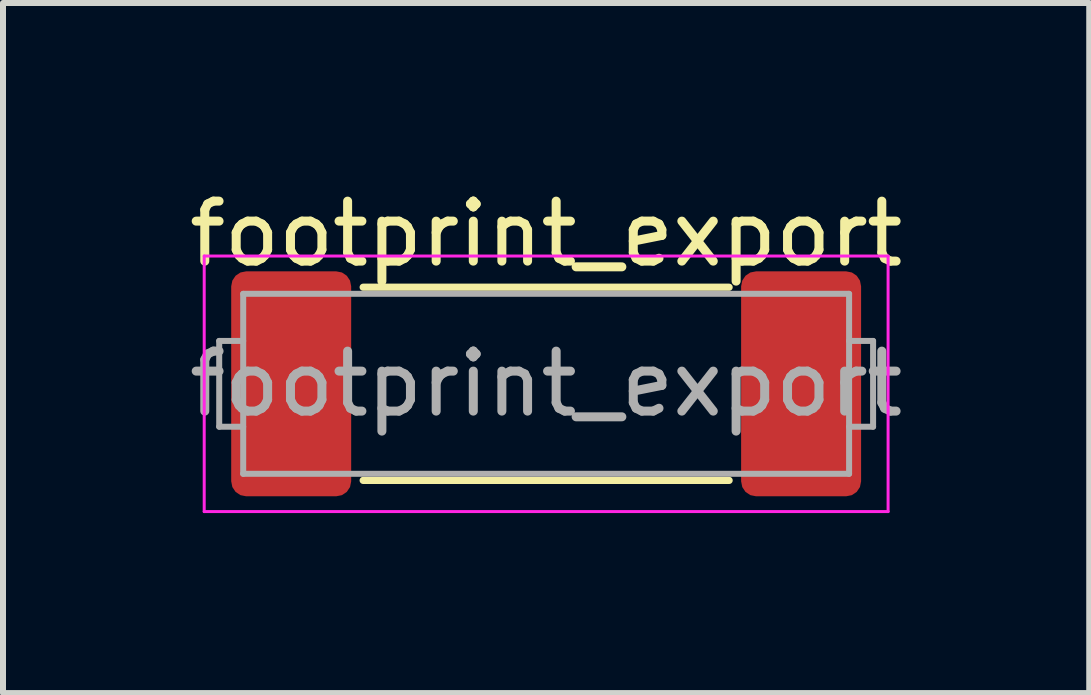
<source format=kicad_pcb>
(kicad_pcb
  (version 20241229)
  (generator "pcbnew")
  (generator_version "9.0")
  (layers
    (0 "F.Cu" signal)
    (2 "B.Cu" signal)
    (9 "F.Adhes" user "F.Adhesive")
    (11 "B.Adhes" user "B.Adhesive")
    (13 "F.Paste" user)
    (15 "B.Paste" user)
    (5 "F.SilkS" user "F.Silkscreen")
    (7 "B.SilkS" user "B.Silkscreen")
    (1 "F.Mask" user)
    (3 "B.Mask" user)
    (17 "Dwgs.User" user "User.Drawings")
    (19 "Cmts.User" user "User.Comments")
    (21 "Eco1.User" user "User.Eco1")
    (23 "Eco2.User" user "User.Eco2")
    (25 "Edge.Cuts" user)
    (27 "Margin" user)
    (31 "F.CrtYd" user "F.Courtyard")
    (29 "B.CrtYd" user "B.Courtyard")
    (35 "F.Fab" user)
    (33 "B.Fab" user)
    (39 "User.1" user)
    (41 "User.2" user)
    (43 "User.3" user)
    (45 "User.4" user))
  (footprint "footprint_export"
    (layer "F.Cu")
    (at 6.054 3.348)
    (property "Reference" "footprint_export" (at 0 -2.5 0) (layer "F.SilkS") (effects (font (size 1 1) (thickness 0.15))))
    (attr smd)
    (fp_line (start -3.05 -1.61) (end 3.05 -1.61) (stroke (width 0.12) (type solid)) (layer "F.SilkS"))
    (fp_line (start -3.05 1.61) (end 3.05 1.61) (stroke (width 0.12) (type solid)) (layer "F.SilkS"))
    (fp_line (start -5.7 -2.13) (end 5.7 -2.13) (stroke (width 0.05) (type solid)) (layer "F.CrtYd"))
    (fp_line (start -5.7 2.13) (end -5.7 -2.13) (stroke (width 0.05) (type solid)) (layer "F.CrtYd"))
    (fp_line (start 5.7 -2.13) (end 5.7 2.13) (stroke (width 0.05) (type solid)) (layer "F.CrtYd"))
    (fp_line (start 5.7 2.13) (end -5.7 2.13) (stroke (width 0.05) (type solid)) (layer "F.CrtYd"))
    (fp_line (start -5.45 0.715) (end -5.45 -0.715) (stroke (width 0.1) (type solid)) (layer "F.Fab"))
    (fp_line (start -5.05 -1.5) (end 5.05 -1.5) (stroke (width 0.1) (type solid)) (layer "F.Fab"))
    (fp_line (start -5.05 -0.715) (end -5.45 -0.715) (stroke (width 0.1) (type solid)) (layer "F.Fab"))
    (fp_line (start -5.05 0.715) (end -5.45 0.715) (stroke (width 0.1) (type solid)) (layer "F.Fab"))
    (fp_line (start -5.05 1.5) (end -5.05 -1.5) (stroke (width 0.1) (type solid)) (layer "F.Fab"))
    (fp_line (start 5.05 -1.5) (end 5.05 1.5) (stroke (width 0.1) (type solid)) (layer "F.Fab"))
    (fp_line (start 5.05 -0.715) (end 5.45 -0.715) (stroke (width 0.1) (type solid)) (layer "F.Fab"))
    (fp_line (start 5.05 0.715) (end 5.45 0.715) (stroke (width 0.1) (type solid)) (layer "F.Fab"))
    (fp_line (start 5.05 1.5) (end -5.05 1.5) (stroke (width 0.1) (type solid)) (layer "F.Fab"))
    (fp_line (start 5.45 -0.715) (end 5.45 0.715) (stroke (width 0.1) (type solid)) (layer "F.Fab"))
    (fp_text user "${REFERENCE}" (at 0 0 0) (layer "F.Fab") (effects (font (size 1 1) (thickness 0.15))))
    (pad "1" smd roundrect (at -4.25 0) (size 2 3.75) (layers "F.Cu" "F.Mask" "F.Paste") (roundrect_rratio 0.125))
    (pad "2" smd roundrect (at 4.25 0) (size 2 3.75) (layers "F.Cu" "F.Mask" "F.Paste") (roundrect_rratio 0.125)))
  (gr_rect
    (start -3 -3)
    (end 15.107 8.503)
    (stroke (width 0.1) (type default))
    (fill no)
    (layer "Edge.Cuts")))
</source>
